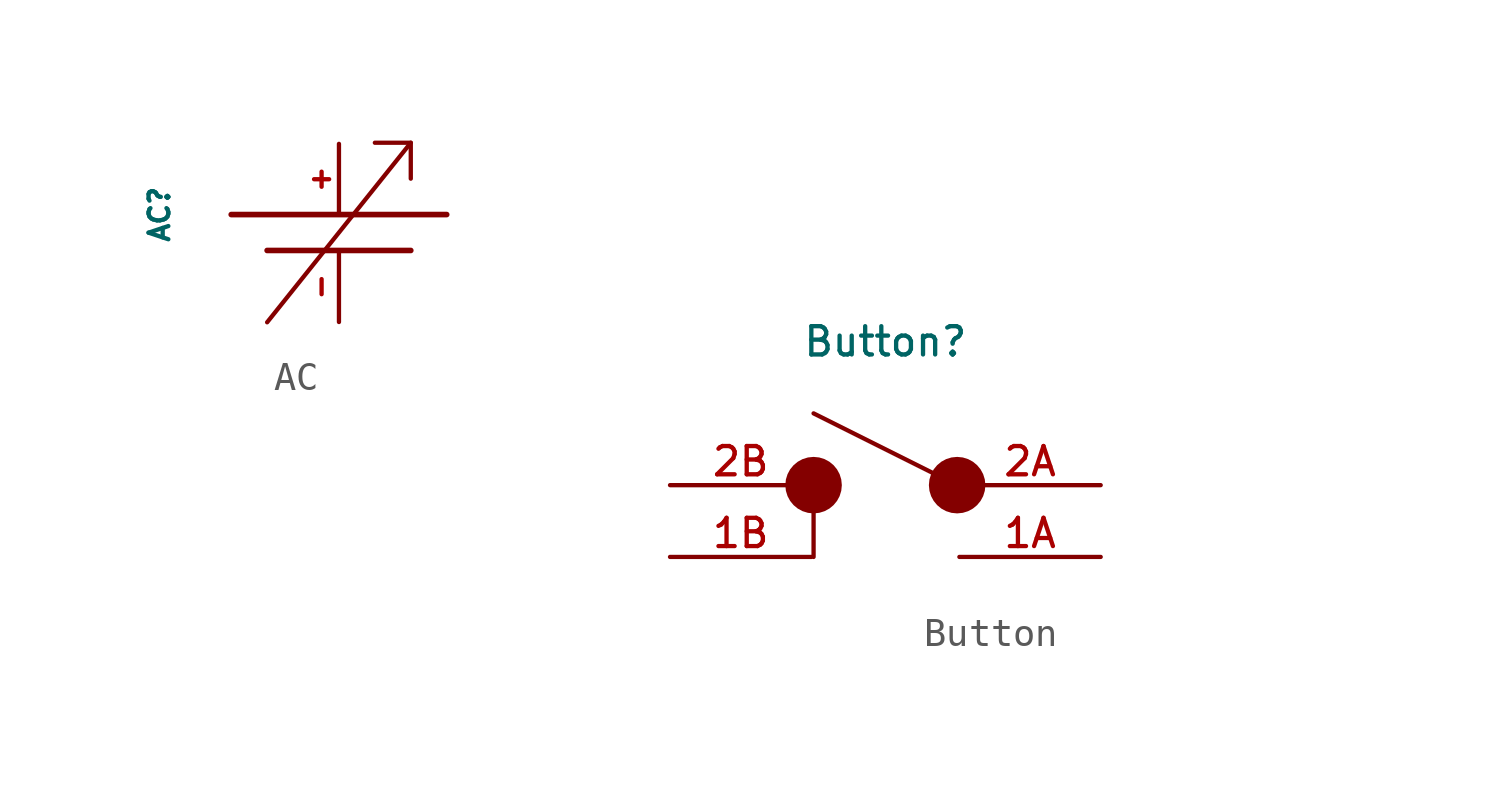
<source format=kicad_sym>
(kicad_symbol_lib
  (version 20220914)
  (generator kicad_symbol_editor)
  (symbol "AC"
    (property "Reference" "AC"
      (at -6.35 0 90)
      (effects (font (size 0.7 0.7))))
    (property "Value" ""
      (at 0 0 0)
      (effects (font (size 1.27 1.27))))
    (symbol "AC_1_1"
      (rectangle (start -3.81 -0.01) (end 3.81 -0.01) (stroke (width 0.2) (type default)) (fill (type outline)))
      (rectangle (start -2.54 -1.28) (end 2.54 -1.28) (stroke (width 0.2) (type default)) (fill (type outline)))
      (polyline (pts (xy -2.54 -3.82) (xy 2.54 2.53)) (stroke (width 0) (type default)) (fill (type none)))
      (polyline (pts (xy 1.27 2.53) (xy 2.54 2.53) (xy 2.54 1.26)) (stroke (width 0) (type default)) (fill (type none)))
      (pin passive line (at 0 2.49 270) (length 2.5) (name "" (effects (font (size 0.7 0.7)))) (number "+" (effects (font (size 0.7 0.7)))))
      (pin passive line (at 0 -3.81 90) (length 2.5) (name "" (effects (font (size 0.7 0.7)))) (number "-" (effects (font (size 0.7 0.7)))))))
  (symbol "Button"
    (property "Reference" "Button"
      (at 0 7.62 0)
      (effects (font (size 1 1))))
    (property "Value" ""
      (at 15.24 13.97 0)
      (effects (font (size 1.27 1.27))))
    (symbol "Button_1_1"
      (circle (center -2.54 2.54) (radius 0.0001) (stroke (width 1) (type default)) (fill (type none)))
      (polyline (pts (xy -2.54 2.54) (xy -2.54 0)) (stroke (width 0) (type default)) (fill (type none)))
      (polyline (pts (xy -2.54 5.08) (xy 2.54 2.54)) (stroke (width 0) (type default)) (fill (type none)))
      (circle (center 2.54 2.54) (radius 0.0001) (stroke (width 1) (type default)) (fill (type none)))
      (pin input line (at 7.62 0 180) (length 5) (name "" (effects (font (size 1 1)))) (number "1A" (effects (font (size 1 1)))))
      (pin output line (at -7.62 0 0) (length 5) (name "" (effects (font (size 1 1)))) (number "1B" (effects (font (size 1 1)))))
      (pin input line (at 7.62 2.54 180) (length 5) (name "" (effects (font (size 1 1)))) (number "2A" (effects (font (size 1 1)))))
      (pin output line (at -7.62 2.54 0) (length 5) (name "" (effects (font (size 1 1)))) (number "2B" (effects (font (size 1 1))))))))
</source>
